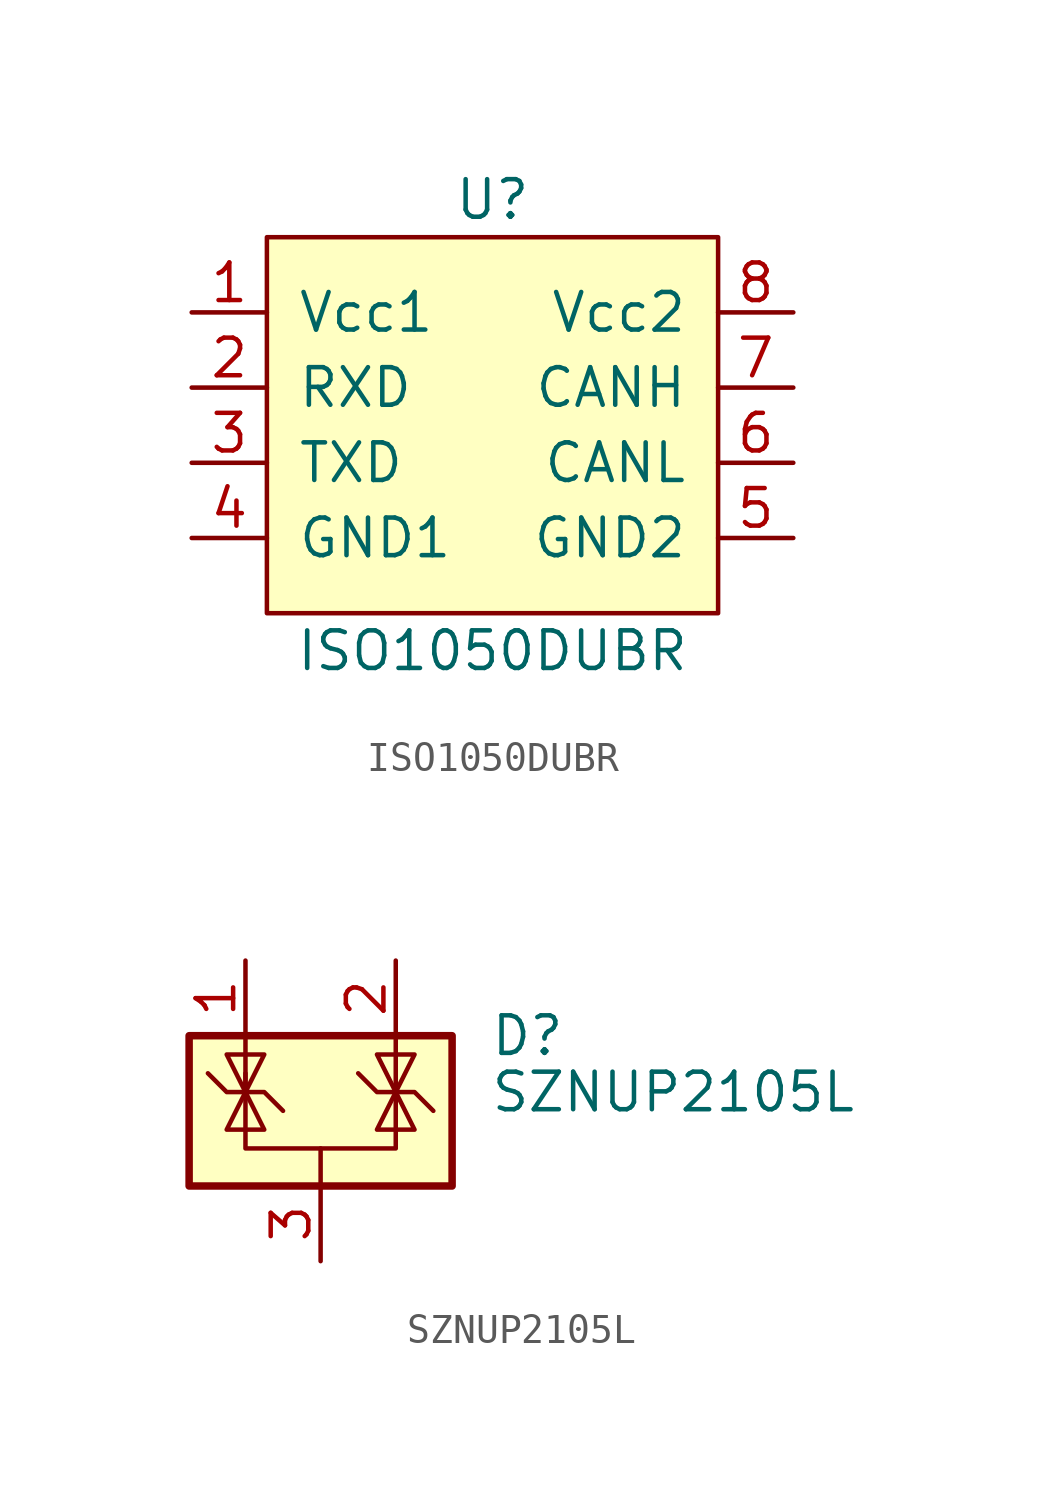
<source format=kicad_sym>
(kicad_symbol_lib
  (version 20231120)
  (generator "kicad_symbol_editor")
  (generator_version "8.0")
  (symbol "ISO1050DUBR"
    (pin_names
      (offset 1.016))
    (property "Reference" "U"
      (at 0 7.62 0)
      (effects (font (size 1.27 1.27))))
    (property "Value" "ISO1050DUBR"
      (at 0 -7.62 0)
      (effects (font (size 1.27 1.27))))
    (symbol "ISO1050DUBR_0_1"
      (rectangle (start -7.62 -6.35) (end 7.62 6.35) (stroke (width 0) (type solid)) (fill (type background))))
    (symbol "ISO1050DUBR_1_1"
      (pin power_in line (at -10.16 3.81 0) (length 2.54) (name "Vcc1" (effects (font (size 1.27 1.27)))) (number "1" (effects (font (size 1.27 1.27)))))
      (pin input line (at -10.16 1.27 0) (length 2.54) (name "RXD" (effects (font (size 1.27 1.27)))) (number "2" (effects (font (size 1.27 1.27)))))
      (pin output line (at -10.16 -1.27 0) (length 2.54) (name "TXD" (effects (font (size 1.27 1.27)))) (number "3" (effects (font (size 1.27 1.27)))))
      (pin passive line (at -10.16 -3.81 0) (length 2.54) (name "GND1" (effects (font (size 1.27 1.27)))) (number "4" (effects (font (size 1.27 1.27)))))
      (pin passive line (at 10.16 -3.81 180) (length 2.54) (name "GND2" (effects (font (size 1.27 1.27)))) (number "5" (effects (font (size 1.27 1.27)))))
      (pin bidirectional line (at 10.16 -1.27 180) (length 2.54) (name "CANL" (effects (font (size 1.27 1.27)))) (number "6" (effects (font (size 1.27 1.27)))))
      (pin bidirectional line (at 10.16 1.27 180) (length 2.54) (name "CANH" (effects (font (size 1.27 1.27)))) (number "7" (effects (font (size 1.27 1.27)))))
      (pin power_in line (at 10.16 3.81 180) (length 2.54) (name "Vcc2" (effects (font (size 1.27 1.27)))) (number "8" (effects (font (size 1.27 1.27)))))))
  (symbol "SZNUP2105L"
    (pin_names hide)
    (property "Reference" "D"
      (at 5.715 2.54 0)
      (effects (font (size 1.27 1.27)) (justify left)))
    (property "Value" "SZNUP2105L"
      (at 5.715 0.635 0)
      (effects (font (size 1.27 1.27)) (justify left)))
    (symbol "SZNUP2105L_0_0"
      (pin passive line (at 0 -5.08 90) (length 2.54) (name "A" (effects (font (size 1.27 1.27)))) (number "3" (effects (font (size 1.27 1.27))))))
    (symbol "SZNUP2105L_0_1"
      (rectangle (start -4.445 2.54) (end 4.445 -2.54) (stroke (width 0.254) (type default)) (fill (type background)))
      (polyline (pts (xy -2.54 2.54) (xy -2.54 0.635)) (stroke (width 0) (type default)) (fill (type none)))
      (polyline (pts (xy 0 -1.27) (xy 0 -2.54)) (stroke (width 0) (type default)) (fill (type none)))
      (polyline (pts (xy 2.54 2.54) (xy 2.54 0.635)) (stroke (width 0) (type default)) (fill (type none)))
      (polyline (pts (xy -3.81 1.27) (xy -3.175 0.635) (xy -1.905 0.635) (xy -1.27 0)) (stroke (width 0) (type default)) (fill (type none)))
      (polyline (pts (xy -2.54 0.635) (xy -2.54 -1.27) (xy 2.54 -1.27) (xy 2.54 0.635)) (stroke (width 0) (type default)) (fill (type none)))
      (polyline (pts (xy -2.54 0.635) (xy -1.905 -0.635) (xy -3.175 -0.635) (xy -2.54 0.635)) (stroke (width 0) (type default)) (fill (type none)))
      (polyline (pts (xy 2.54 0.635) (xy 1.905 -0.635) (xy 3.175 -0.635) (xy 2.54 0.635)) (stroke (width 0) (type default)) (fill (type none)))
      (polyline (pts (xy 2.54 0.635) (xy 3.175 1.905) (xy 1.905 1.905) (xy 2.54 0.635)) (stroke (width 0) (type default)) (fill (type none)))
      (polyline (pts (xy -2.54 0.635) (xy -3.175 1.905) (xy -1.905 1.905) (xy -2.54 0.635) (xy -2.54 1.27)) (stroke (width 0) (type default)) (fill (type none)))
      (polyline (pts (xy 1.27 1.27) (xy 1.905 0.635) (xy 2.54 0.635) (xy 3.175 0.635) (xy 3.81 0)) (stroke (width 0) (type default)) (fill (type none))))
    (symbol "SZNUP2105L_1_1"
      (pin passive line (at -2.54 5.08 270) (length 2.54) (name "K" (effects (font (size 1.27 1.27)))) (number "1" (effects (font (size 1.27 1.27)))))
      (pin passive line (at 2.54 5.08 270) (length 2.54) (name "K" (effects (font (size 1.27 1.27)))) (number "2" (effects (font (size 1.27 1.27))))))))
</source>
